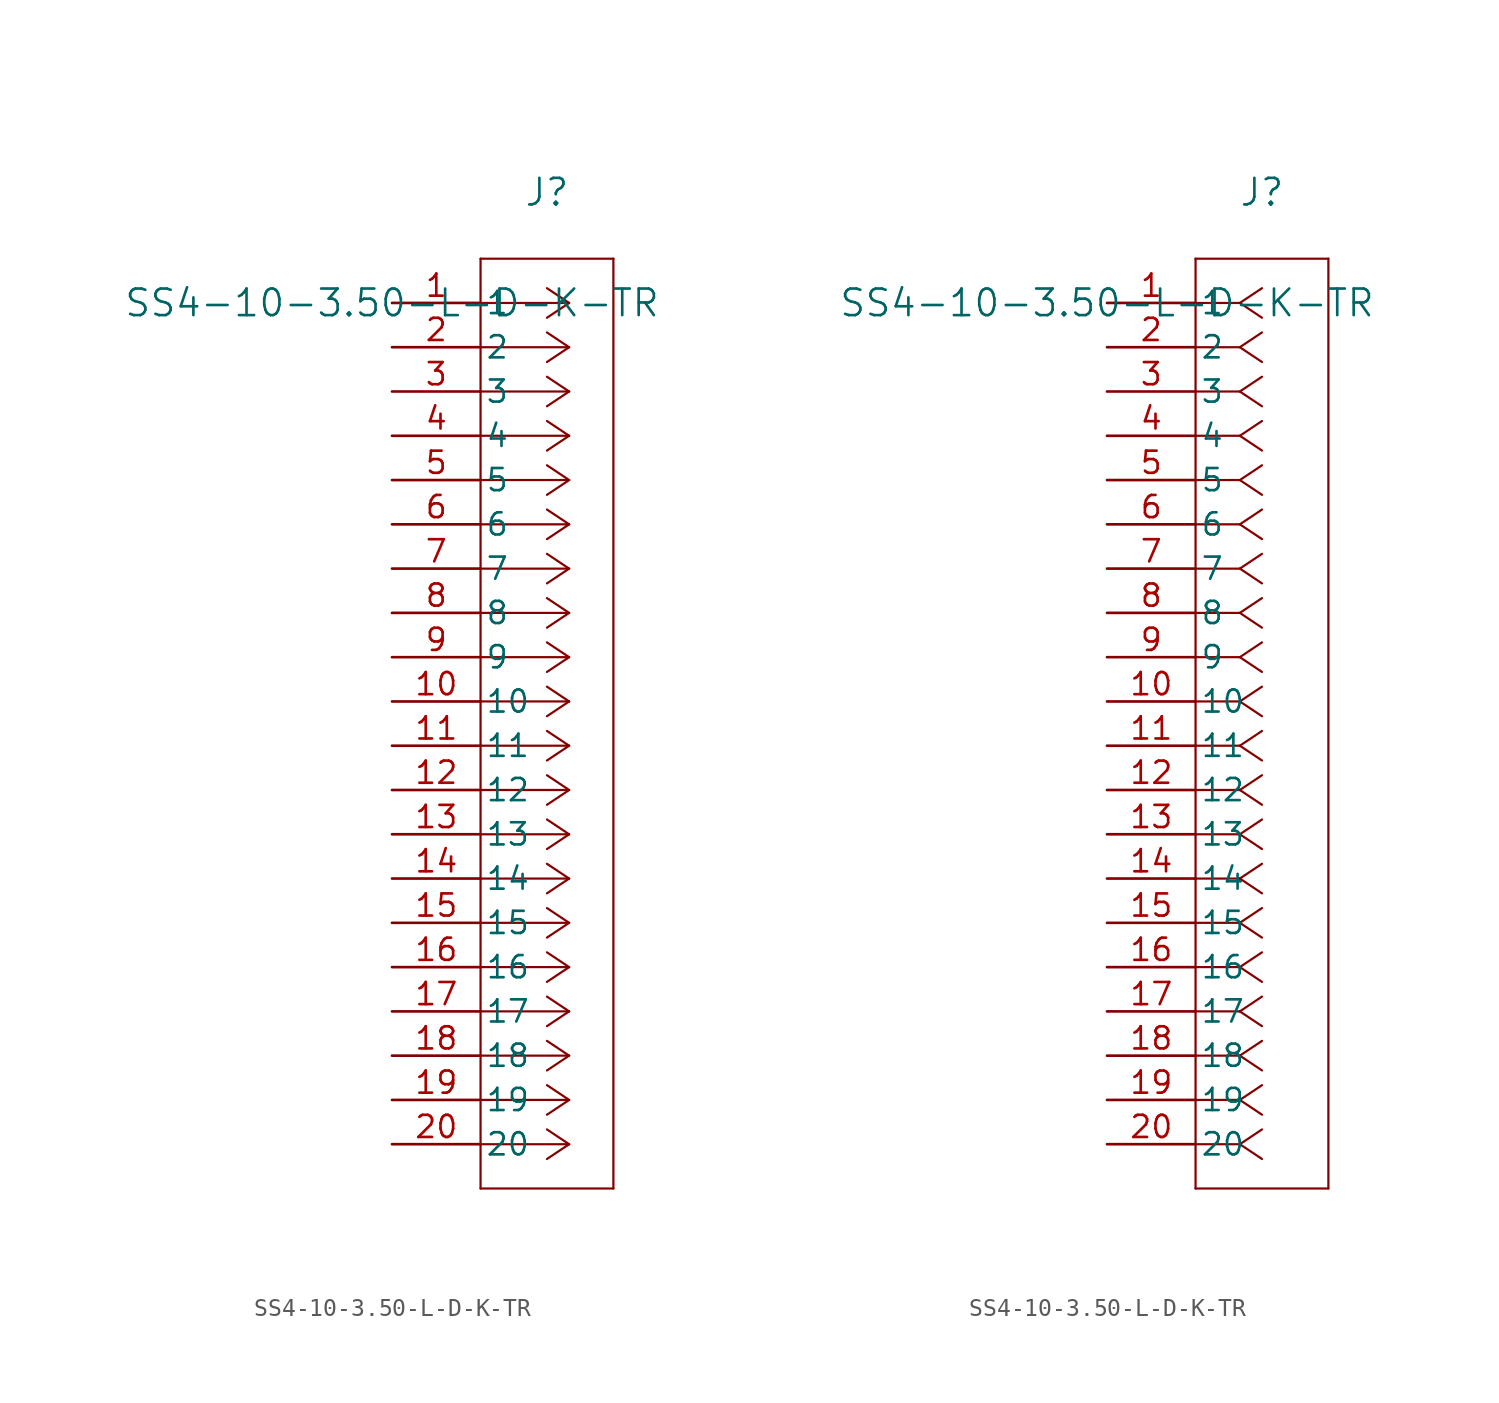
<source format=kicad_sym>
(kicad_symbol_lib
  (version 20211014)
  (generator kicad_symbol_editor)
  (symbol "SS4-10-3.50-L-D-K-TR"
    (pin_names
      (offset 0.254))
    (property "Reference" "J"
      (at 8.89 6.35 0)
      (effects (font (size 1.524 1.524))))
    (property "Value" "SS4-10-3.50-L-D-K-TR"
      (at 0 0 0)
      (effects (font (size 1.524 1.524))))
    (symbol "SS4-10-3.50-L-D-K-TR_1_1"
      (polyline (pts (xy 10.16 0) (xy 5.08 0)) (stroke (width 0.127) (type default) (color 0 0 0 0)) (fill (type none)))
      (polyline (pts (xy 10.16 -2.54) (xy 5.08 -2.54)) (stroke (width 0.127) (type default) (color 0 0 0 0)) (fill (type none)))
      (polyline (pts (xy 10.16 -5.08) (xy 5.08 -5.08)) (stroke (width 0.127) (type default) (color 0 0 0 0)) (fill (type none)))
      (polyline (pts (xy 10.16 -7.62) (xy 5.08 -7.62)) (stroke (width 0.127) (type default) (color 0 0 0 0)) (fill (type none)))
      (polyline (pts (xy 10.16 -10.16) (xy 5.08 -10.16)) (stroke (width 0.127) (type default) (color 0 0 0 0)) (fill (type none)))
      (polyline (pts (xy 10.16 -12.7) (xy 5.08 -12.7)) (stroke (width 0.127) (type default) (color 0 0 0 0)) (fill (type none)))
      (polyline (pts (xy 10.16 -15.24) (xy 5.08 -15.24)) (stroke (width 0.127) (type default) (color 0 0 0 0)) (fill (type none)))
      (polyline (pts (xy 10.16 -17.78) (xy 5.08 -17.78)) (stroke (width 0.127) (type default) (color 0 0 0 0)) (fill (type none)))
      (polyline (pts (xy 10.16 -20.32) (xy 5.08 -20.32)) (stroke (width 0.127) (type default) (color 0 0 0 0)) (fill (type none)))
      (polyline (pts (xy 10.16 -22.86) (xy 5.08 -22.86)) (stroke (width 0.127) (type default) (color 0 0 0 0)) (fill (type none)))
      (polyline (pts (xy 10.16 -25.4) (xy 5.08 -25.4)) (stroke (width 0.127) (type default) (color 0 0 0 0)) (fill (type none)))
      (polyline (pts (xy 10.16 -27.94) (xy 5.08 -27.94)) (stroke (width 0.127) (type default) (color 0 0 0 0)) (fill (type none)))
      (polyline (pts (xy 10.16 -30.48) (xy 5.08 -30.48)) (stroke (width 0.127) (type default) (color 0 0 0 0)) (fill (type none)))
      (polyline (pts (xy 10.16 -33.02) (xy 5.08 -33.02)) (stroke (width 0.127) (type default) (color 0 0 0 0)) (fill (type none)))
      (polyline (pts (xy 10.16 -35.56) (xy 5.08 -35.56)) (stroke (width 0.127) (type default) (color 0 0 0 0)) (fill (type none)))
      (polyline (pts (xy 10.16 -38.1) (xy 5.08 -38.1)) (stroke (width 0.127) (type default) (color 0 0 0 0)) (fill (type none)))
      (polyline (pts (xy 10.16 -40.64) (xy 5.08 -40.64)) (stroke (width 0.127) (type default) (color 0 0 0 0)) (fill (type none)))
      (polyline (pts (xy 10.16 -43.18) (xy 5.08 -43.18)) (stroke (width 0.127) (type default) (color 0 0 0 0)) (fill (type none)))
      (polyline (pts (xy 10.16 -45.72) (xy 5.08 -45.72)) (stroke (width 0.127) (type default) (color 0 0 0 0)) (fill (type none)))
      (polyline (pts (xy 10.16 -48.26) (xy 5.08 -48.26)) (stroke (width 0.127) (type default) (color 0 0 0 0)) (fill (type none)))
      (polyline (pts (xy 10.16 0) (xy 8.89 0.847)) (stroke (width 0.127) (type default) (color 0 0 0 0)) (fill (type none)))
      (polyline (pts (xy 10.16 -2.54) (xy 8.89 -1.693)) (stroke (width 0.127) (type default) (color 0 0 0 0)) (fill (type none)))
      (polyline (pts (xy 10.16 -5.08) (xy 8.89 -4.233)) (stroke (width 0.127) (type default) (color 0 0 0 0)) (fill (type none)))
      (polyline (pts (xy 10.16 -7.62) (xy 8.89 -6.773)) (stroke (width 0.127) (type default) (color 0 0 0 0)) (fill (type none)))
      (polyline (pts (xy 10.16 -10.16) (xy 8.89 -9.313)) (stroke (width 0.127) (type default) (color 0 0 0 0)) (fill (type none)))
      (polyline (pts (xy 10.16 -12.7) (xy 8.89 -11.853)) (stroke (width 0.127) (type default) (color 0 0 0 0)) (fill (type none)))
      (polyline (pts (xy 10.16 -15.24) (xy 8.89 -14.393)) (stroke (width 0.127) (type default) (color 0 0 0 0)) (fill (type none)))
      (polyline (pts (xy 10.16 -17.78) (xy 8.89 -16.933)) (stroke (width 0.127) (type default) (color 0 0 0 0)) (fill (type none)))
      (polyline (pts (xy 10.16 -20.32) (xy 8.89 -19.473)) (stroke (width 0.127) (type default) (color 0 0 0 0)) (fill (type none)))
      (polyline (pts (xy 10.16 -22.86) (xy 8.89 -22.013)) (stroke (width 0.127) (type default) (color 0 0 0 0)) (fill (type none)))
      (polyline (pts (xy 10.16 -25.4) (xy 8.89 -24.553)) (stroke (width 0.127) (type default) (color 0 0 0 0)) (fill (type none)))
      (polyline (pts (xy 10.16 -27.94) (xy 8.89 -27.093)) (stroke (width 0.127) (type default) (color 0 0 0 0)) (fill (type none)))
      (polyline (pts (xy 10.16 -30.48) (xy 8.89 -29.633)) (stroke (width 0.127) (type default) (color 0 0 0 0)) (fill (type none)))
      (polyline (pts (xy 10.16 -33.02) (xy 8.89 -32.173)) (stroke (width 0.127) (type default) (color 0 0 0 0)) (fill (type none)))
      (polyline (pts (xy 10.16 -35.56) (xy 8.89 -34.713)) (stroke (width 0.127) (type default) (color 0 0 0 0)) (fill (type none)))
      (polyline (pts (xy 10.16 -38.1) (xy 8.89 -37.253)) (stroke (width 0.127) (type default) (color 0 0 0 0)) (fill (type none)))
      (polyline (pts (xy 10.16 -40.64) (xy 8.89 -39.793)) (stroke (width 0.127) (type default) (color 0 0 0 0)) (fill (type none)))
      (polyline (pts (xy 10.16 -43.18) (xy 8.89 -42.333)) (stroke (width 0.127) (type default) (color 0 0 0 0)) (fill (type none)))
      (polyline (pts (xy 10.16 -45.72) (xy 8.89 -44.873)) (stroke (width 0.127) (type default) (color 0 0 0 0)) (fill (type none)))
      (polyline (pts (xy 10.16 -48.26) (xy 8.89 -47.413)) (stroke (width 0.127) (type default) (color 0 0 0 0)) (fill (type none)))
      (polyline (pts (xy 10.16 0) (xy 8.89 -0.847)) (stroke (width 0.127) (type default) (color 0 0 0 0)) (fill (type none)))
      (polyline (pts (xy 10.16 -2.54) (xy 8.89 -3.387)) (stroke (width 0.127) (type default) (color 0 0 0 0)) (fill (type none)))
      (polyline (pts (xy 10.16 -5.08) (xy 8.89 -5.927)) (stroke (width 0.127) (type default) (color 0 0 0 0)) (fill (type none)))
      (polyline (pts (xy 10.16 -7.62) (xy 8.89 -8.467)) (stroke (width 0.127) (type default) (color 0 0 0 0)) (fill (type none)))
      (polyline (pts (xy 10.16 -10.16) (xy 8.89 -11.007)) (stroke (width 0.127) (type default) (color 0 0 0 0)) (fill (type none)))
      (polyline (pts (xy 10.16 -12.7) (xy 8.89 -13.547)) (stroke (width 0.127) (type default) (color 0 0 0 0)) (fill (type none)))
      (polyline (pts (xy 10.16 -15.24) (xy 8.89 -16.087)) (stroke (width 0.127) (type default) (color 0 0 0 0)) (fill (type none)))
      (polyline (pts (xy 10.16 -17.78) (xy 8.89 -18.627)) (stroke (width 0.127) (type default) (color 0 0 0 0)) (fill (type none)))
      (polyline (pts (xy 10.16 -20.32) (xy 8.89 -21.167)) (stroke (width 0.127) (type default) (color 0 0 0 0)) (fill (type none)))
      (polyline (pts (xy 10.16 -22.86) (xy 8.89 -23.707)) (stroke (width 0.127) (type default) (color 0 0 0 0)) (fill (type none)))
      (polyline (pts (xy 10.16 -25.4) (xy 8.89 -26.247)) (stroke (width 0.127) (type default) (color 0 0 0 0)) (fill (type none)))
      (polyline (pts (xy 10.16 -27.94) (xy 8.89 -28.787)) (stroke (width 0.127) (type default) (color 0 0 0 0)) (fill (type none)))
      (polyline (pts (xy 10.16 -30.48) (xy 8.89 -31.327)) (stroke (width 0.127) (type default) (color 0 0 0 0)) (fill (type none)))
      (polyline (pts (xy 10.16 -33.02) (xy 8.89 -33.867)) (stroke (width 0.127) (type default) (color 0 0 0 0)) (fill (type none)))
      (polyline (pts (xy 10.16 -35.56) (xy 8.89 -36.407)) (stroke (width 0.127) (type default) (color 0 0 0 0)) (fill (type none)))
      (polyline (pts (xy 10.16 -38.1) (xy 8.89 -38.947)) (stroke (width 0.127) (type default) (color 0 0 0 0)) (fill (type none)))
      (polyline (pts (xy 10.16 -40.64) (xy 8.89 -41.487)) (stroke (width 0.127) (type default) (color 0 0 0 0)) (fill (type none)))
      (polyline (pts (xy 10.16 -43.18) (xy 8.89 -44.027)) (stroke (width 0.127) (type default) (color 0 0 0 0)) (fill (type none)))
      (polyline (pts (xy 10.16 -45.72) (xy 8.89 -46.567)) (stroke (width 0.127) (type default) (color 0 0 0 0)) (fill (type none)))
      (polyline (pts (xy 10.16 -48.26) (xy 8.89 -49.107)) (stroke (width 0.127) (type default) (color 0 0 0 0)) (fill (type none)))
      (polyline (pts (xy 5.08 2.54) (xy 5.08 -50.8)) (stroke (width 0.127) (type default) (color 0 0 0 0)) (fill (type none)))
      (polyline (pts (xy 5.08 -50.8) (xy 12.7 -50.8)) (stroke (width 0.127) (type default) (color 0 0 0 0)) (fill (type none)))
      (polyline (pts (xy 12.7 -50.8) (xy 12.7 2.54)) (stroke (width 0.127) (type default) (color 0 0 0 0)) (fill (type none)))
      (polyline (pts (xy 12.7 2.54) (xy 5.08 2.54)) (stroke (width 0.127) (type default) (color 0 0 0 0)) (fill (type none)))
      (pin unspecified line (at 0 0 0) (length 5.08) (name "1" (effects (font (size 1.27 1.27)))) (number "1" (effects (font (size 1.27 1.27)))))
      (pin unspecified line (at 0 -2.54 0) (length 5.08) (name "2" (effects (font (size 1.27 1.27)))) (number "2" (effects (font (size 1.27 1.27)))))
      (pin unspecified line (at 0 -5.08 0) (length 5.08) (name "3" (effects (font (size 1.27 1.27)))) (number "3" (effects (font (size 1.27 1.27)))))
      (pin unspecified line (at 0 -7.62 0) (length 5.08) (name "4" (effects (font (size 1.27 1.27)))) (number "4" (effects (font (size 1.27 1.27)))))
      (pin unspecified line (at 0 -10.16 0) (length 5.08) (name "5" (effects (font (size 1.27 1.27)))) (number "5" (effects (font (size 1.27 1.27)))))
      (pin unspecified line (at 0 -12.7 0) (length 5.08) (name "6" (effects (font (size 1.27 1.27)))) (number "6" (effects (font (size 1.27 1.27)))))
      (pin unspecified line (at 0 -15.24 0) (length 5.08) (name "7" (effects (font (size 1.27 1.27)))) (number "7" (effects (font (size 1.27 1.27)))))
      (pin unspecified line (at 0 -17.78 0) (length 5.08) (name "8" (effects (font (size 1.27 1.27)))) (number "8" (effects (font (size 1.27 1.27)))))
      (pin unspecified line (at 0 -20.32 0) (length 5.08) (name "9" (effects (font (size 1.27 1.27)))) (number "9" (effects (font (size 1.27 1.27)))))
      (pin unspecified line (at 0 -22.86 0) (length 5.08) (name "10" (effects (font (size 1.27 1.27)))) (number "10" (effects (font (size 1.27 1.27)))))
      (pin unspecified line (at 0 -25.4 0) (length 5.08) (name "11" (effects (font (size 1.27 1.27)))) (number "11" (effects (font (size 1.27 1.27)))))
      (pin unspecified line (at 0 -27.94 0) (length 5.08) (name "12" (effects (font (size 1.27 1.27)))) (number "12" (effects (font (size 1.27 1.27)))))
      (pin unspecified line (at 0 -30.48 0) (length 5.08) (name "13" (effects (font (size 1.27 1.27)))) (number "13" (effects (font (size 1.27 1.27)))))
      (pin unspecified line (at 0 -33.02 0) (length 5.08) (name "14" (effects (font (size 1.27 1.27)))) (number "14" (effects (font (size 1.27 1.27)))))
      (pin unspecified line (at 0 -35.56 0) (length 5.08) (name "15" (effects (font (size 1.27 1.27)))) (number "15" (effects (font (size 1.27 1.27)))))
      (pin unspecified line (at 0 -38.1 0) (length 5.08) (name "16" (effects (font (size 1.27 1.27)))) (number "16" (effects (font (size 1.27 1.27)))))
      (pin unspecified line (at 0 -40.64 0) (length 5.08) (name "17" (effects (font (size 1.27 1.27)))) (number "17" (effects (font (size 1.27 1.27)))))
      (pin unspecified line (at 0 -43.18 0) (length 5.08) (name "18" (effects (font (size 1.27 1.27)))) (number "18" (effects (font (size 1.27 1.27)))))
      (pin unspecified line (at 0 -45.72 0) (length 5.08) (name "19" (effects (font (size 1.27 1.27)))) (number "19" (effects (font (size 1.27 1.27)))))
      (pin unspecified line (at 0 -48.26 0) (length 5.08) (name "20" (effects (font (size 1.27 1.27)))) (number "20" (effects (font (size 1.27 1.27))))))
    (symbol "SS4-10-3.50-L-D-K-TR_1_2"
      (polyline (pts (xy 7.62 0) (xy 5.08 0)) (stroke (width 0.127) (type default) (color 0 0 0 0)) (fill (type none)))
      (polyline (pts (xy 7.62 -2.54) (xy 5.08 -2.54)) (stroke (width 0.127) (type default) (color 0 0 0 0)) (fill (type none)))
      (polyline (pts (xy 7.62 -5.08) (xy 5.08 -5.08)) (stroke (width 0.127) (type default) (color 0 0 0 0)) (fill (type none)))
      (polyline (pts (xy 7.62 -7.62) (xy 5.08 -7.62)) (stroke (width 0.127) (type default) (color 0 0 0 0)) (fill (type none)))
      (polyline (pts (xy 7.62 -10.16) (xy 5.08 -10.16)) (stroke (width 0.127) (type default) (color 0 0 0 0)) (fill (type none)))
      (polyline (pts (xy 7.62 -12.7) (xy 5.08 -12.7)) (stroke (width 0.127) (type default) (color 0 0 0 0)) (fill (type none)))
      (polyline (pts (xy 7.62 -15.24) (xy 5.08 -15.24)) (stroke (width 0.127) (type default) (color 0 0 0 0)) (fill (type none)))
      (polyline (pts (xy 7.62 -17.78) (xy 5.08 -17.78)) (stroke (width 0.127) (type default) (color 0 0 0 0)) (fill (type none)))
      (polyline (pts (xy 7.62 -20.32) (xy 5.08 -20.32)) (stroke (width 0.127) (type default) (color 0 0 0 0)) (fill (type none)))
      (polyline (pts (xy 7.62 -22.86) (xy 5.08 -22.86)) (stroke (width 0.127) (type default) (color 0 0 0 0)) (fill (type none)))
      (polyline (pts (xy 7.62 -25.4) (xy 5.08 -25.4)) (stroke (width 0.127) (type default) (color 0 0 0 0)) (fill (type none)))
      (polyline (pts (xy 7.62 -27.94) (xy 5.08 -27.94)) (stroke (width 0.127) (type default) (color 0 0 0 0)) (fill (type none)))
      (polyline (pts (xy 7.62 -30.48) (xy 5.08 -30.48)) (stroke (width 0.127) (type default) (color 0 0 0 0)) (fill (type none)))
      (polyline (pts (xy 7.62 -33.02) (xy 5.08 -33.02)) (stroke (width 0.127) (type default) (color 0 0 0 0)) (fill (type none)))
      (polyline (pts (xy 7.62 -35.56) (xy 5.08 -35.56)) (stroke (width 0.127) (type default) (color 0 0 0 0)) (fill (type none)))
      (polyline (pts (xy 7.62 -38.1) (xy 5.08 -38.1)) (stroke (width 0.127) (type default) (color 0 0 0 0)) (fill (type none)))
      (polyline (pts (xy 7.62 -40.64) (xy 5.08 -40.64)) (stroke (width 0.127) (type default) (color 0 0 0 0)) (fill (type none)))
      (polyline (pts (xy 7.62 -43.18) (xy 5.08 -43.18)) (stroke (width 0.127) (type default) (color 0 0 0 0)) (fill (type none)))
      (polyline (pts (xy 7.62 -45.72) (xy 5.08 -45.72)) (stroke (width 0.127) (type default) (color 0 0 0 0)) (fill (type none)))
      (polyline (pts (xy 7.62 -48.26) (xy 5.08 -48.26)) (stroke (width 0.127) (type default) (color 0 0 0 0)) (fill (type none)))
      (polyline (pts (xy 7.62 0) (xy 8.89 0.847)) (stroke (width 0.127) (type default) (color 0 0 0 0)) (fill (type none)))
      (polyline (pts (xy 7.62 -2.54) (xy 8.89 -1.693)) (stroke (width 0.127) (type default) (color 0 0 0 0)) (fill (type none)))
      (polyline (pts (xy 7.62 -5.08) (xy 8.89 -4.233)) (stroke (width 0.127) (type default) (color 0 0 0 0)) (fill (type none)))
      (polyline (pts (xy 7.62 -7.62) (xy 8.89 -6.773)) (stroke (width 0.127) (type default) (color 0 0 0 0)) (fill (type none)))
      (polyline (pts (xy 7.62 -10.16) (xy 8.89 -9.313)) (stroke (width 0.127) (type default) (color 0 0 0 0)) (fill (type none)))
      (polyline (pts (xy 7.62 -12.7) (xy 8.89 -11.853)) (stroke (width 0.127) (type default) (color 0 0 0 0)) (fill (type none)))
      (polyline (pts (xy 7.62 -15.24) (xy 8.89 -14.393)) (stroke (width 0.127) (type default) (color 0 0 0 0)) (fill (type none)))
      (polyline (pts (xy 7.62 -17.78) (xy 8.89 -16.933)) (stroke (width 0.127) (type default) (color 0 0 0 0)) (fill (type none)))
      (polyline (pts (xy 7.62 -20.32) (xy 8.89 -19.473)) (stroke (width 0.127) (type default) (color 0 0 0 0)) (fill (type none)))
      (polyline (pts (xy 7.62 -22.86) (xy 8.89 -22.013)) (stroke (width 0.127) (type default) (color 0 0 0 0)) (fill (type none)))
      (polyline (pts (xy 7.62 -25.4) (xy 8.89 -24.553)) (stroke (width 0.127) (type default) (color 0 0 0 0)) (fill (type none)))
      (polyline (pts (xy 7.62 -27.94) (xy 8.89 -27.093)) (stroke (width 0.127) (type default) (color 0 0 0 0)) (fill (type none)))
      (polyline (pts (xy 7.62 -30.48) (xy 8.89 -29.633)) (stroke (width 0.127) (type default) (color 0 0 0 0)) (fill (type none)))
      (polyline (pts (xy 7.62 -33.02) (xy 8.89 -32.173)) (stroke (width 0.127) (type default) (color 0 0 0 0)) (fill (type none)))
      (polyline (pts (xy 7.62 -35.56) (xy 8.89 -34.713)) (stroke (width 0.127) (type default) (color 0 0 0 0)) (fill (type none)))
      (polyline (pts (xy 7.62 -38.1) (xy 8.89 -37.253)) (stroke (width 0.127) (type default) (color 0 0 0 0)) (fill (type none)))
      (polyline (pts (xy 7.62 -40.64) (xy 8.89 -39.793)) (stroke (width 0.127) (type default) (color 0 0 0 0)) (fill (type none)))
      (polyline (pts (xy 7.62 -43.18) (xy 8.89 -42.333)) (stroke (width 0.127) (type default) (color 0 0 0 0)) (fill (type none)))
      (polyline (pts (xy 7.62 -45.72) (xy 8.89 -44.873)) (stroke (width 0.127) (type default) (color 0 0 0 0)) (fill (type none)))
      (polyline (pts (xy 7.62 -48.26) (xy 8.89 -47.413)) (stroke (width 0.127) (type default) (color 0 0 0 0)) (fill (type none)))
      (polyline (pts (xy 7.62 0) (xy 8.89 -0.847)) (stroke (width 0.127) (type default) (color 0 0 0 0)) (fill (type none)))
      (polyline (pts (xy 7.62 -2.54) (xy 8.89 -3.387)) (stroke (width 0.127) (type default) (color 0 0 0 0)) (fill (type none)))
      (polyline (pts (xy 7.62 -5.08) (xy 8.89 -5.927)) (stroke (width 0.127) (type default) (color 0 0 0 0)) (fill (type none)))
      (polyline (pts (xy 7.62 -7.62) (xy 8.89 -8.467)) (stroke (width 0.127) (type default) (color 0 0 0 0)) (fill (type none)))
      (polyline (pts (xy 7.62 -10.16) (xy 8.89 -11.007)) (stroke (width 0.127) (type default) (color 0 0 0 0)) (fill (type none)))
      (polyline (pts (xy 7.62 -12.7) (xy 8.89 -13.547)) (stroke (width 0.127) (type default) (color 0 0 0 0)) (fill (type none)))
      (polyline (pts (xy 7.62 -15.24) (xy 8.89 -16.087)) (stroke (width 0.127) (type default) (color 0 0 0 0)) (fill (type none)))
      (polyline (pts (xy 7.62 -17.78) (xy 8.89 -18.627)) (stroke (width 0.127) (type default) (color 0 0 0 0)) (fill (type none)))
      (polyline (pts (xy 7.62 -20.32) (xy 8.89 -21.167)) (stroke (width 0.127) (type default) (color 0 0 0 0)) (fill (type none)))
      (polyline (pts (xy 7.62 -22.86) (xy 8.89 -23.707)) (stroke (width 0.127) (type default) (color 0 0 0 0)) (fill (type none)))
      (polyline (pts (xy 7.62 -25.4) (xy 8.89 -26.247)) (stroke (width 0.127) (type default) (color 0 0 0 0)) (fill (type none)))
      (polyline (pts (xy 7.62 -27.94) (xy 8.89 -28.787)) (stroke (width 0.127) (type default) (color 0 0 0 0)) (fill (type none)))
      (polyline (pts (xy 7.62 -30.48) (xy 8.89 -31.327)) (stroke (width 0.127) (type default) (color 0 0 0 0)) (fill (type none)))
      (polyline (pts (xy 7.62 -33.02) (xy 8.89 -33.867)) (stroke (width 0.127) (type default) (color 0 0 0 0)) (fill (type none)))
      (polyline (pts (xy 7.62 -35.56) (xy 8.89 -36.407)) (stroke (width 0.127) (type default) (color 0 0 0 0)) (fill (type none)))
      (polyline (pts (xy 7.62 -38.1) (xy 8.89 -38.947)) (stroke (width 0.127) (type default) (color 0 0 0 0)) (fill (type none)))
      (polyline (pts (xy 7.62 -40.64) (xy 8.89 -41.487)) (stroke (width 0.127) (type default) (color 0 0 0 0)) (fill (type none)))
      (polyline (pts (xy 7.62 -43.18) (xy 8.89 -44.027)) (stroke (width 0.127) (type default) (color 0 0 0 0)) (fill (type none)))
      (polyline (pts (xy 7.62 -45.72) (xy 8.89 -46.567)) (stroke (width 0.127) (type default) (color 0 0 0 0)) (fill (type none)))
      (polyline (pts (xy 7.62 -48.26) (xy 8.89 -49.107)) (stroke (width 0.127) (type default) (color 0 0 0 0)) (fill (type none)))
      (polyline (pts (xy 5.08 2.54) (xy 5.08 -50.8)) (stroke (width 0.127) (type default) (color 0 0 0 0)) (fill (type none)))
      (polyline (pts (xy 5.08 -50.8) (xy 12.7 -50.8)) (stroke (width 0.127) (type default) (color 0 0 0 0)) (fill (type none)))
      (polyline (pts (xy 12.7 -50.8) (xy 12.7 2.54)) (stroke (width 0.127) (type default) (color 0 0 0 0)) (fill (type none)))
      (polyline (pts (xy 12.7 2.54) (xy 5.08 2.54)) (stroke (width 0.127) (type default) (color 0 0 0 0)) (fill (type none)))
      (pin unspecified line (at 0 0 0) (length 5.08) (name "1" (effects (font (size 1.27 1.27)))) (number "1" (effects (font (size 1.27 1.27)))))
      (pin unspecified line (at 0 -2.54 0) (length 5.08) (name "2" (effects (font (size 1.27 1.27)))) (number "2" (effects (font (size 1.27 1.27)))))
      (pin unspecified line (at 0 -5.08 0) (length 5.08) (name "3" (effects (font (size 1.27 1.27)))) (number "3" (effects (font (size 1.27 1.27)))))
      (pin unspecified line (at 0 -7.62 0) (length 5.08) (name "4" (effects (font (size 1.27 1.27)))) (number "4" (effects (font (size 1.27 1.27)))))
      (pin unspecified line (at 0 -10.16 0) (length 5.08) (name "5" (effects (font (size 1.27 1.27)))) (number "5" (effects (font (size 1.27 1.27)))))
      (pin unspecified line (at 0 -12.7 0) (length 5.08) (name "6" (effects (font (size 1.27 1.27)))) (number "6" (effects (font (size 1.27 1.27)))))
      (pin unspecified line (at 0 -15.24 0) (length 5.08) (name "7" (effects (font (size 1.27 1.27)))) (number "7" (effects (font (size 1.27 1.27)))))
      (pin unspecified line (at 0 -17.78 0) (length 5.08) (name "8" (effects (font (size 1.27 1.27)))) (number "8" (effects (font (size 1.27 1.27)))))
      (pin unspecified line (at 0 -20.32 0) (length 5.08) (name "9" (effects (font (size 1.27 1.27)))) (number "9" (effects (font (size 1.27 1.27)))))
      (pin unspecified line (at 0 -22.86 0) (length 5.08) (name "10" (effects (font (size 1.27 1.27)))) (number "10" (effects (font (size 1.27 1.27)))))
      (pin unspecified line (at 0 -25.4 0) (length 5.08) (name "11" (effects (font (size 1.27 1.27)))) (number "11" (effects (font (size 1.27 1.27)))))
      (pin unspecified line (at 0 -27.94 0) (length 5.08) (name "12" (effects (font (size 1.27 1.27)))) (number "12" (effects (font (size 1.27 1.27)))))
      (pin unspecified line (at 0 -30.48 0) (length 5.08) (name "13" (effects (font (size 1.27 1.27)))) (number "13" (effects (font (size 1.27 1.27)))))
      (pin unspecified line (at 0 -33.02 0) (length 5.08) (name "14" (effects (font (size 1.27 1.27)))) (number "14" (effects (font (size 1.27 1.27)))))
      (pin unspecified line (at 0 -35.56 0) (length 5.08) (name "15" (effects (font (size 1.27 1.27)))) (number "15" (effects (font (size 1.27 1.27)))))
      (pin unspecified line (at 0 -38.1 0) (length 5.08) (name "16" (effects (font (size 1.27 1.27)))) (number "16" (effects (font (size 1.27 1.27)))))
      (pin unspecified line (at 0 -40.64 0) (length 5.08) (name "17" (effects (font (size 1.27 1.27)))) (number "17" (effects (font (size 1.27 1.27)))))
      (pin unspecified line (at 0 -43.18 0) (length 5.08) (name "18" (effects (font (size 1.27 1.27)))) (number "18" (effects (font (size 1.27 1.27)))))
      (pin unspecified line (at 0 -45.72 0) (length 5.08) (name "19" (effects (font (size 1.27 1.27)))) (number "19" (effects (font (size 1.27 1.27)))))
      (pin unspecified line (at 0 -48.26 0) (length 5.08) (name "20" (effects (font (size 1.27 1.27)))) (number "20" (effects (font (size 1.27 1.27))))))))
</source>
